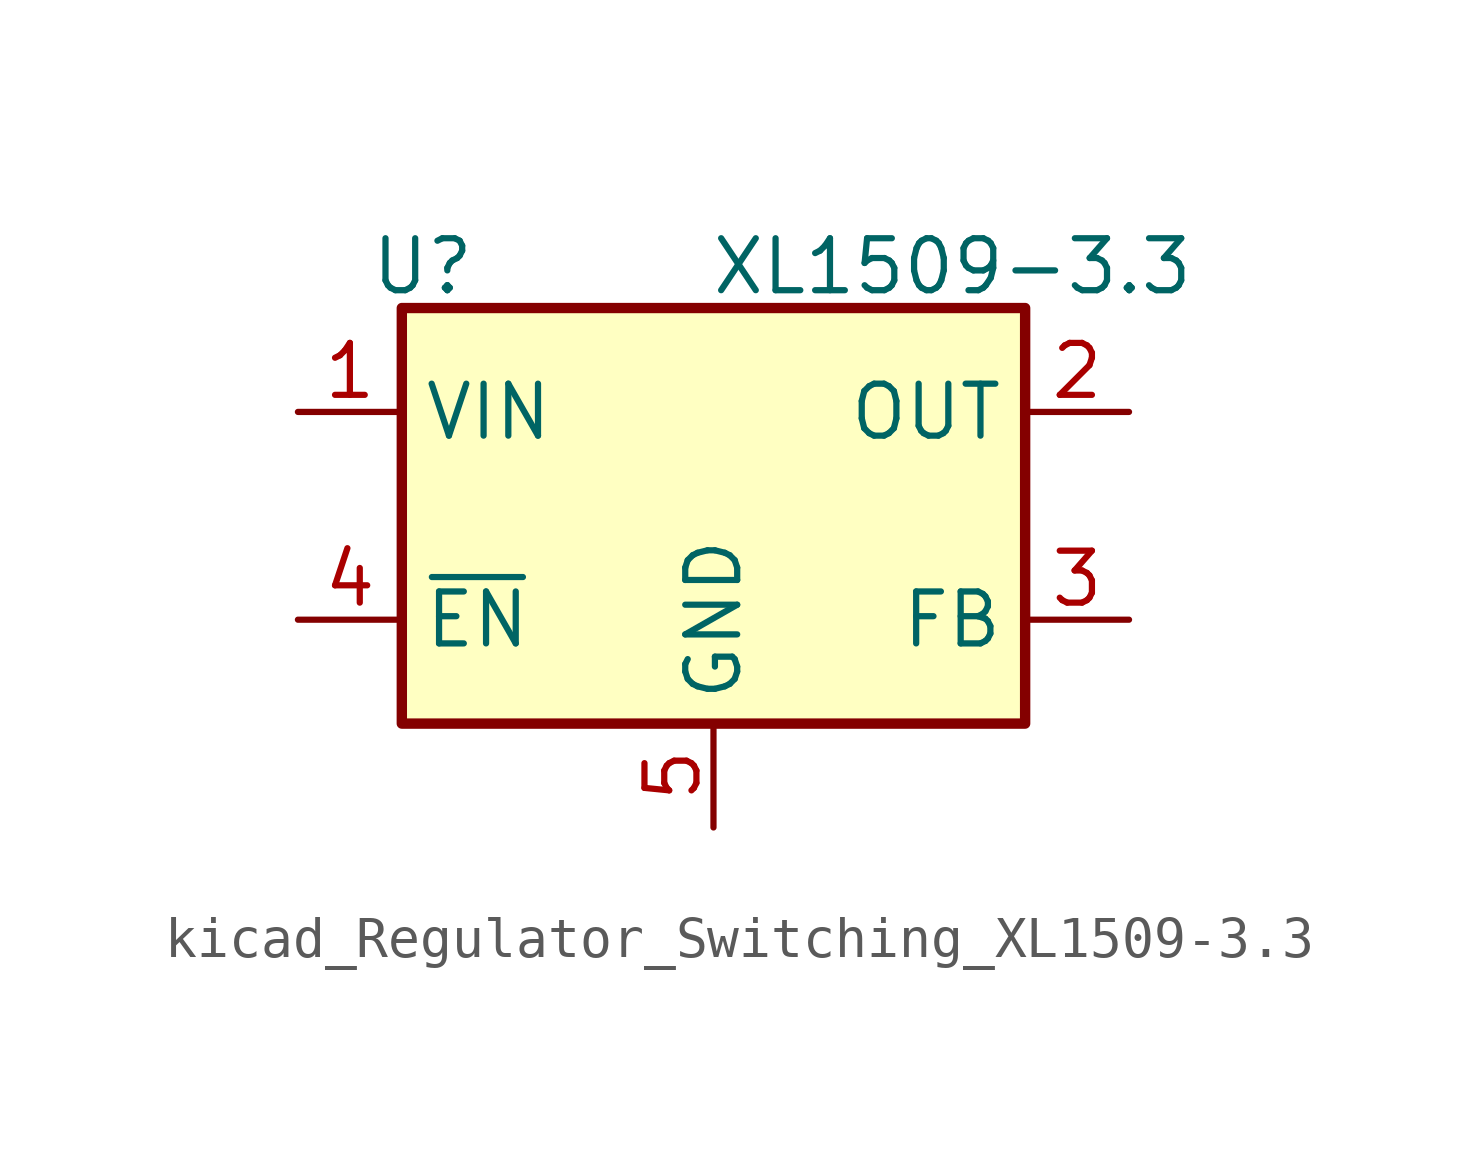
<source format=kicad_sym>
(kicad_symbol_lib
  (version 20220914)
  (generator kicad_symbol_editor)
  (symbol "kicad_Regulator_Switching_XL1509-3.3"
    (property "Reference" "U"
      (at -7.112 6.096 0)
      (effects (font (size 1.27 1.27))))
    (property "Value" "XL1509-3.3"
      (at 5.842 6.096 0)
      (effects (font (size 1.27 1.27))))
    (symbol "kicad_Regulator_Switching_XL1509-3.3_0_1"
      (rectangle (start -7.62 5.08) (end 7.62 -5.08) (stroke (width 0.254) (type default)) (fill (type background))))
    (symbol "kicad_Regulator_Switching_XL1509-3.3_1_1"
      (pin power_in line (at -10.16 2.54 0) (length 2.54) (name "VIN" (effects (font (size 1.27 1.27)))) (number "1" (effects (font (size 1.27 1.27)))))
      (pin power_out line (at 10.16 2.54 180) (length 2.54) (name "OUT" (effects (font (size 1.27 1.27)))) (number "2" (effects (font (size 1.27 1.27)))))
      (pin input line (at 10.16 -2.54 180) (length 2.54) (name "FB" (effects (font (size 1.27 1.27)))) (number "3" (effects (font (size 1.27 1.27)))))
      (pin input line (at -10.16 -2.54 0) (length 2.54) (name "~{EN}" (effects (font (size 1.27 1.27)))) (number "4" (effects (font (size 1.27 1.27)))))
      (pin power_in line (at 0 -7.62 90) (length 2.54) (name "GND" (effects (font (size 1.27 1.27)))) (number "5" (effects (font (size 1.27 1.27)))))
      (pin passive line (at 0 -7.62 90) (length 2.54) hide (name "GND" (effects (font (size 1.27 1.27)))) (number "6" (effects (font (size 1.27 1.27)))))
      (pin passive line (at 0 -7.62 90) (length 2.54) hide (name "GND" (effects (font (size 1.27 1.27)))) (number "7" (effects (font (size 1.27 1.27)))))
      (pin passive line (at 0 -7.62 90) (length 2.54) hide (name "GND" (effects (font (size 1.27 1.27)))) (number "8" (effects (font (size 1.27 1.27))))))))
</source>
